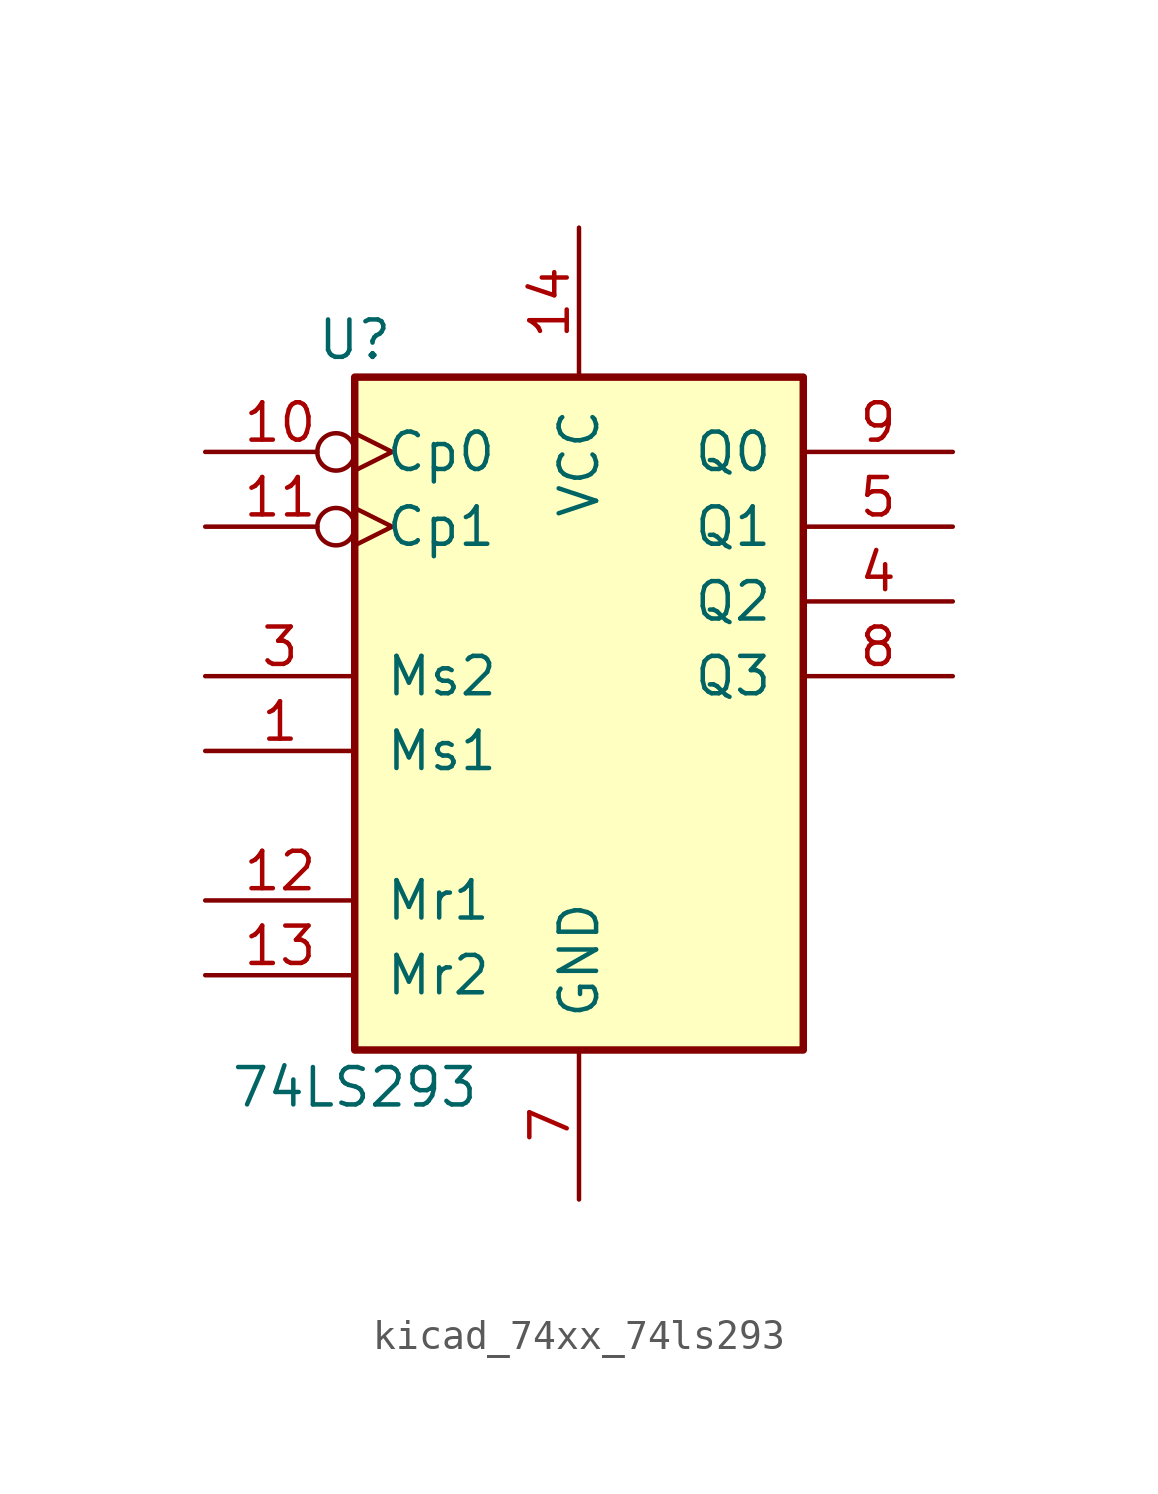
<source format=kicad_sym>
(kicad_symbol_lib
  (version 20220914)
  (generator kicad_symbol_editor)
  (symbol "kicad_74xx_74ls293"
    (pin_names
      (offset 1.016))
    (property "Reference" "U"
      (at -7.62 11.43 0)
      (effects (font (size 1.27 1.27))))
    (property "Value" "74LS293"
      (at -7.62 -13.97 0)
      (effects (font (size 1.27 1.27))))
    (property "ki_locked" ""
      (at 0 0 0)
      (effects (font (size 1.27 1.27))))
    (symbol "kicad_74xx_74ls293_1_0"
      (pin input line (at -12.7 -2.54 0) (length 5.08) (name "Ms1" (effects (font (size 1.27 1.27)))) (number "1" (effects (font (size 1.27 1.27)))))
      (pin input inverted_clock (at -12.7 7.62 0) (length 5.08) (name "Cp0" (effects (font (size 1.27 1.27)))) (number "10" (effects (font (size 1.27 1.27)))))
      (pin input inverted_clock (at -12.7 5.08 0) (length 5.08) (name "Cp1" (effects (font (size 1.27 1.27)))) (number "11" (effects (font (size 1.27 1.27)))))
      (pin input line (at -12.7 -7.62 0) (length 5.08) (name "Mr1" (effects (font (size 1.27 1.27)))) (number "12" (effects (font (size 1.27 1.27)))))
      (pin input line (at -12.7 -10.16 0) (length 5.08) (name "Mr2" (effects (font (size 1.27 1.27)))) (number "13" (effects (font (size 1.27 1.27)))))
      (pin power_in line (at 0 15.24 270) (length 5.08) (name "VCC" (effects (font (size 1.27 1.27)))) (number "14" (effects (font (size 1.27 1.27)))))
      (pin input line (at -12.7 0 0) (length 5.08) (name "Ms2" (effects (font (size 1.27 1.27)))) (number "3" (effects (font (size 1.27 1.27)))))
      (pin output line (at 12.7 2.54 180) (length 5.08) (name "Q2" (effects (font (size 1.27 1.27)))) (number "4" (effects (font (size 1.27 1.27)))))
      (pin output line (at 12.7 5.08 180) (length 5.08) (name "Q1" (effects (font (size 1.27 1.27)))) (number "5" (effects (font (size 1.27 1.27)))))
      (pin power_in line (at 0 -17.78 90) (length 5.08) (name "GND" (effects (font (size 1.27 1.27)))) (number "7" (effects (font (size 1.27 1.27)))))
      (pin output line (at 12.7 0 180) (length 5.08) (name "Q3" (effects (font (size 1.27 1.27)))) (number "8" (effects (font (size 1.27 1.27)))))
      (pin output line (at 12.7 7.62 180) (length 5.08) (name "Q0" (effects (font (size 1.27 1.27)))) (number "9" (effects (font (size 1.27 1.27))))))
    (symbol "kicad_74xx_74ls293_1_1"
      (rectangle (start -7.62 10.16) (end 7.62 -12.7) (stroke (width 0.254) (type default)) (fill (type background))))))
</source>
